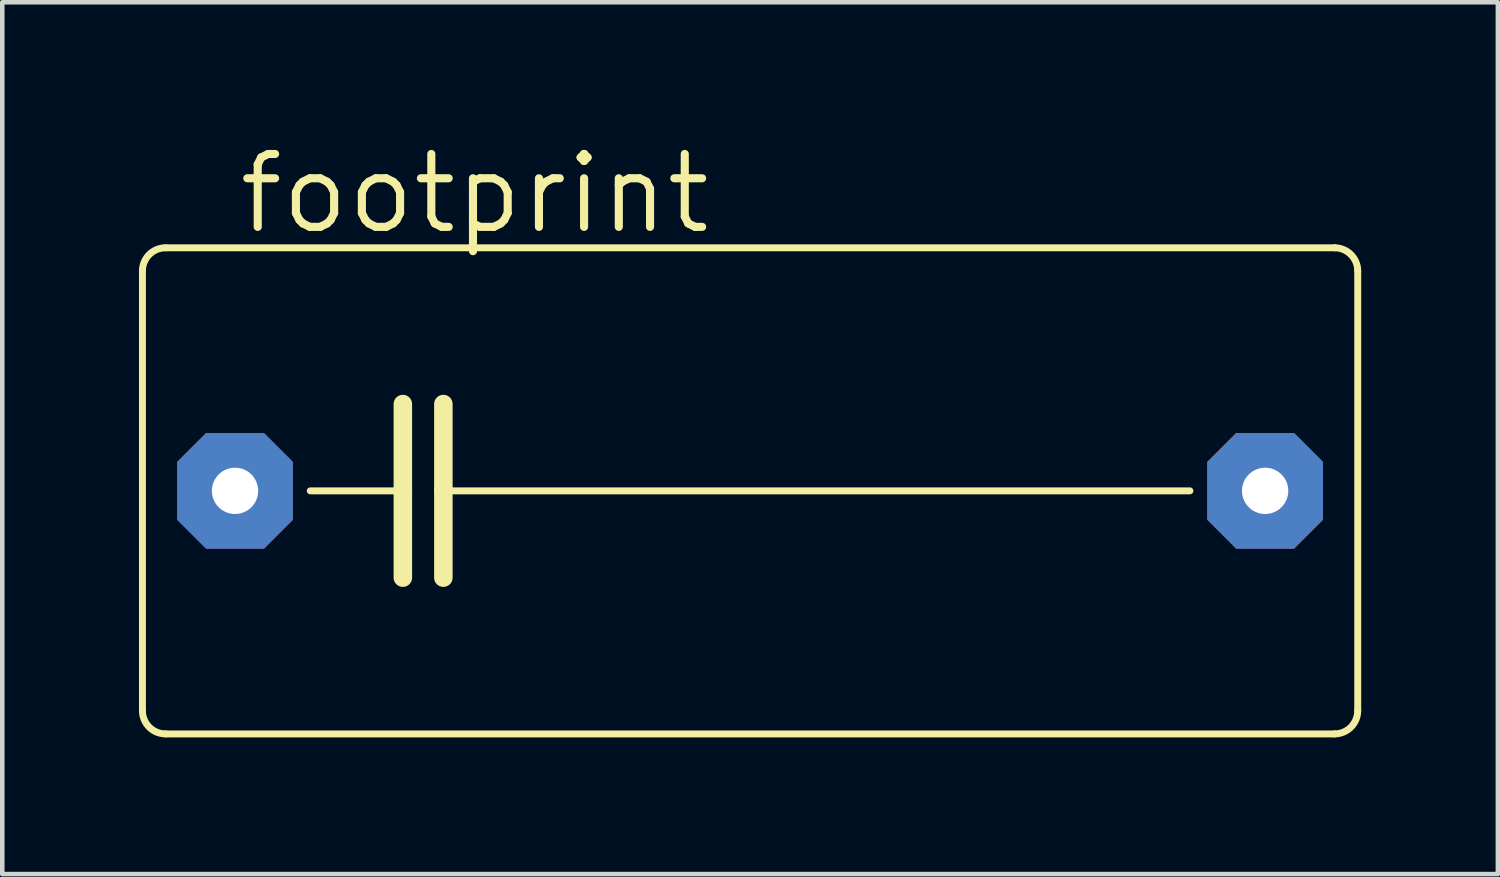
<source format=kicad_pcb>
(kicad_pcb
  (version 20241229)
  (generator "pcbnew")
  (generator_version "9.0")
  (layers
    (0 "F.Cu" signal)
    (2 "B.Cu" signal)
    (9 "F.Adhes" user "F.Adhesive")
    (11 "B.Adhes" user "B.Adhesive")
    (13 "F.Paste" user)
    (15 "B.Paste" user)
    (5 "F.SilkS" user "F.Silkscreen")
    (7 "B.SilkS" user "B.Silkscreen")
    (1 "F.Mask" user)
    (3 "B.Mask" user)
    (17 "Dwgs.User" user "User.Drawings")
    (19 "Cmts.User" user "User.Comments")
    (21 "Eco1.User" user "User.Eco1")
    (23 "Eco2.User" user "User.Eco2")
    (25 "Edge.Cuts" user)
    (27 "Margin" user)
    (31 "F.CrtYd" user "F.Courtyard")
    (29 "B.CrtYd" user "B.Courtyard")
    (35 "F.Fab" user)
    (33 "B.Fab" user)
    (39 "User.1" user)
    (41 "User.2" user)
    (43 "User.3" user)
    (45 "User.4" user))
  (footprint "footprint"
    (layer "F.Cu")
    (at 13.411 7.722)
    (property "Reference" "footprint" (at -11.303 -5.588 0) (layer "F.SilkS") (effects (font (size 1.6 1.6) (thickness 0.178)) (justify left bottom)))
    (fp_line (start -13.335 4.826) (end -13.335 -4.826) (stroke (width 0.152) (type solid)) (layer "F.SilkS"))
    (fp_line (start -12.827 -5.334) (end 12.827 -5.334) (stroke (width 0.152) (type solid)) (layer "F.SilkS"))
    (fp_line (start -9.652 0) (end -7.62 0) (stroke (width 0.152) (type solid)) (layer "F.SilkS"))
    (fp_line (start -7.62 -1.905) (end -7.62 0) (stroke (width 0.406) (type solid)) (layer "F.SilkS"))
    (fp_line (start -7.62 0) (end -7.62 1.905) (stroke (width 0.406) (type solid)) (layer "F.SilkS"))
    (fp_line (start -6.731 -1.905) (end -6.731 0) (stroke (width 0.406) (type solid)) (layer "F.SilkS"))
    (fp_line (start -6.731 0) (end -6.731 1.905) (stroke (width 0.406) (type solid)) (layer "F.SilkS"))
    (fp_line (start -6.731 0) (end 9.652 0) (stroke (width 0.152) (type solid)) (layer "F.SilkS"))
    (fp_line (start 12.827 5.334) (end -12.827 5.334) (stroke (width 0.152) (type solid)) (layer "F.SilkS"))
    (fp_line (start 13.335 -4.826) (end 13.335 4.826) (stroke (width 0.152) (type solid)) (layer "F.SilkS"))
    (fp_arc (start -13.335 -4.826) (mid -13.18621 -5.18521) (end -12.827 -5.334) (stroke (width 0.1524) (type solid)) (layer "F.SilkS"))
    (fp_arc (start -12.827 5.334) (mid -13.18621 5.18521) (end -13.335 4.826) (stroke (width 0.1524) (type solid)) (layer "F.SilkS"))
    (fp_arc (start 12.827 -5.334) (mid 13.18621 -5.18521) (end 13.335 -4.826) (stroke (width 0.1524) (type solid)) (layer "F.SilkS"))
    (fp_arc (start 13.335 4.826) (mid 13.18621 5.18521) (end 12.827 5.334) (stroke (width 0.1524) (type solid)) (layer "F.SilkS"))
    (pad "1" thru_hole roundrect (at -11.303 0) (size 2.54 2.54) (drill 1.016) (layers "*.Cu" "*.Mask") (roundrect_rratio 0.25) (chamfer_ratio 0.25) (chamfer top_left top_right bottom_left bottom_right))
    (pad "2" thru_hole roundrect (at 11.303 0) (size 2.54 2.54) (drill 1.016) (layers "*.Cu" "*.Mask") (roundrect_rratio 0.25) (chamfer_ratio 0.25) (chamfer top_left top_right bottom_left bottom_right)))
  (gr_rect
    (start -3 -3)
    (end 29.822 16.132)
    (stroke (width 0.1) (type default))
    (fill no)
    (layer "Edge.Cuts")))
</source>
